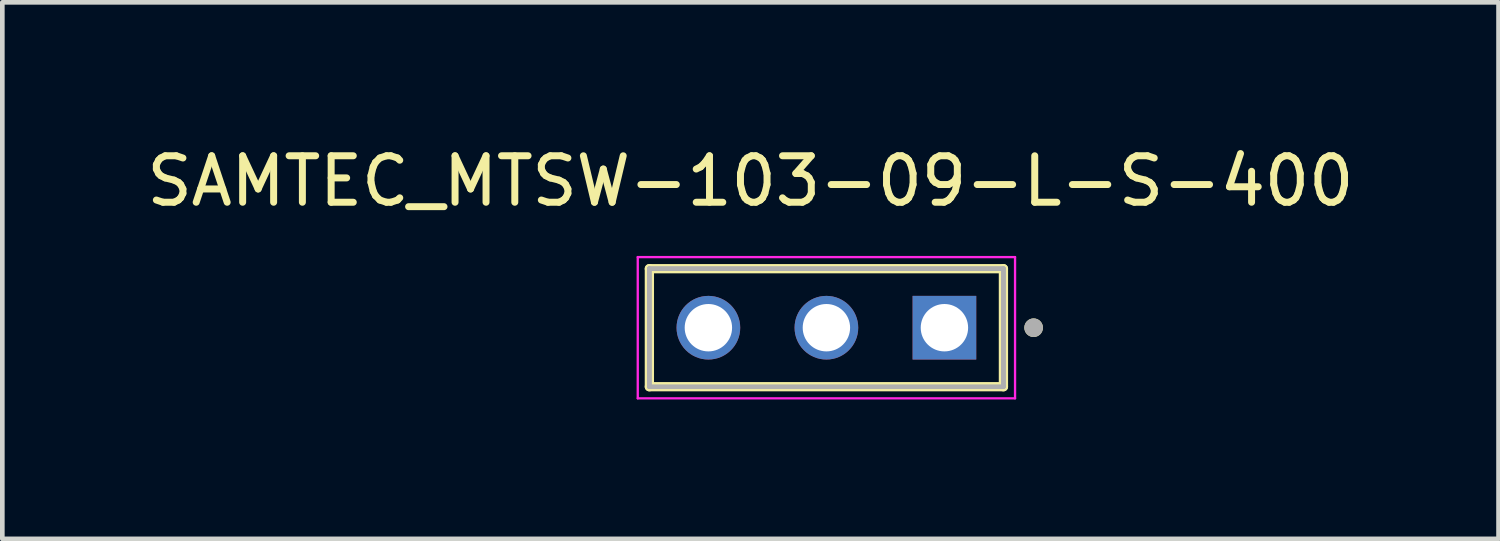
<source format=kicad_pcb>
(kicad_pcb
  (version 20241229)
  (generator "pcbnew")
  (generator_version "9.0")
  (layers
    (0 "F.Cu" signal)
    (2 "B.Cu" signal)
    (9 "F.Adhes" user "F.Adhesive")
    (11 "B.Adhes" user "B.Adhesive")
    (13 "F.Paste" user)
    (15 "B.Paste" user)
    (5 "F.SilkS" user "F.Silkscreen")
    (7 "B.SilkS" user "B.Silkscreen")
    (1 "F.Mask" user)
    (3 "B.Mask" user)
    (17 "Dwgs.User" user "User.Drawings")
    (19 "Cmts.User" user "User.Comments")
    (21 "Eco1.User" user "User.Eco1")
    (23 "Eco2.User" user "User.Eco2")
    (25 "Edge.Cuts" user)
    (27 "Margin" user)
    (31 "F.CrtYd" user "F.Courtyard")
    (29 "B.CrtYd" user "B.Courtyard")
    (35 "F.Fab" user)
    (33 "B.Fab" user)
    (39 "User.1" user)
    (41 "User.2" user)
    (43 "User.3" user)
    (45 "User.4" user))
  (footprint "SAMTEC_MTSW-103-09-L-S-400"
    (layer "F.Cu")
    (at 14.736 4.003)
    (property "Reference" "SAMTEC_MTSW-103-09-L-S-400" (at -1.635 -3.155 0) (layer "F.SilkS") (effects (font (size 1 1) (thickness 0.15))))
    (attr through_hole)
    (fp_line (start -3.81 1.27) (end -3.81 -1.27) (stroke (width 0.2) (type solid)) (layer "F.SilkS"))
    (fp_line (start 3.81 -1.27) (end -3.81 -1.27) (stroke (width 0.2) (type solid)) (layer "F.SilkS"))
    (fp_line (start 3.81 -1.27) (end 3.81 1.27) (stroke (width 0.2) (type solid)) (layer "F.SilkS"))
    (fp_line (start 3.81 1.27) (end -3.81 1.27) (stroke (width 0.2) (type solid)) (layer "F.SilkS"))
    (fp_circle (center 4.46 0) (end 4.56 0) (stroke (width 0.2) (type solid)) (fill no) (layer "F.SilkS"))
    (fp_line (start -4.06 -1.52) (end 4.06 -1.52) (stroke (width 0.05) (type solid)) (layer "F.CrtYd"))
    (fp_line (start -4.06 1.52) (end -4.06 -1.52) (stroke (width 0.05) (type solid)) (layer "F.CrtYd"))
    (fp_line (start 4.06 -1.52) (end 4.06 1.52) (stroke (width 0.05) (type solid)) (layer "F.CrtYd"))
    (fp_line (start 4.06 1.52) (end -4.06 1.52) (stroke (width 0.05) (type solid)) (layer "F.CrtYd"))
    (fp_line (start -3.81 -1.27) (end 3.81 -1.27) (stroke (width 0.1) (type solid)) (layer "F.Fab"))
    (fp_line (start -3.81 -1.27) (end 3.81 -1.27) (stroke (width 0.1) (type solid)) (layer "F.Fab"))
    (fp_line (start -3.81 1.27) (end -3.81 -1.27) (stroke (width 0.1) (type solid)) (layer "F.Fab"))
    (fp_line (start -3.81 1.27) (end -3.81 -1.27) (stroke (width 0.1) (type solid)) (layer "F.Fab"))
    (fp_line (start 3.81 -1.27) (end 3.81 1.27) (stroke (width 0.1) (type solid)) (layer "F.Fab"))
    (fp_line (start 3.81 -1.27) (end 3.81 1.27) (stroke (width 0.1) (type solid)) (layer "F.Fab"))
    (fp_line (start 3.81 1.27) (end -3.81 1.27) (stroke (width 0.1) (type solid)) (layer "F.Fab"))
    (fp_circle (center 4.46 0) (end 4.56 0) (stroke (width 0.2) (type solid)) (fill no) (layer "F.Fab"))
    (pad "01" thru_hole rect (at 2.54 0) (size 1.37 1.37) (drill 1.02) (layers "*.Cu" "*.Mask"))
    (pad "02" thru_hole circle (at 0 0) (size 1.37 1.37) (drill 1.02) (layers "*.Cu" "*.Mask"))
    (pad "03" thru_hole circle (at -2.54 0) (size 1.37 1.37) (drill 1.02) (layers "*.Cu" "*.Mask")))
  (gr_rect
    (start -3 -3)
    (end 29.202 8.548)
    (stroke (width 0.1) (type default))
    (fill no)
    (layer "Edge.Cuts")))
</source>
